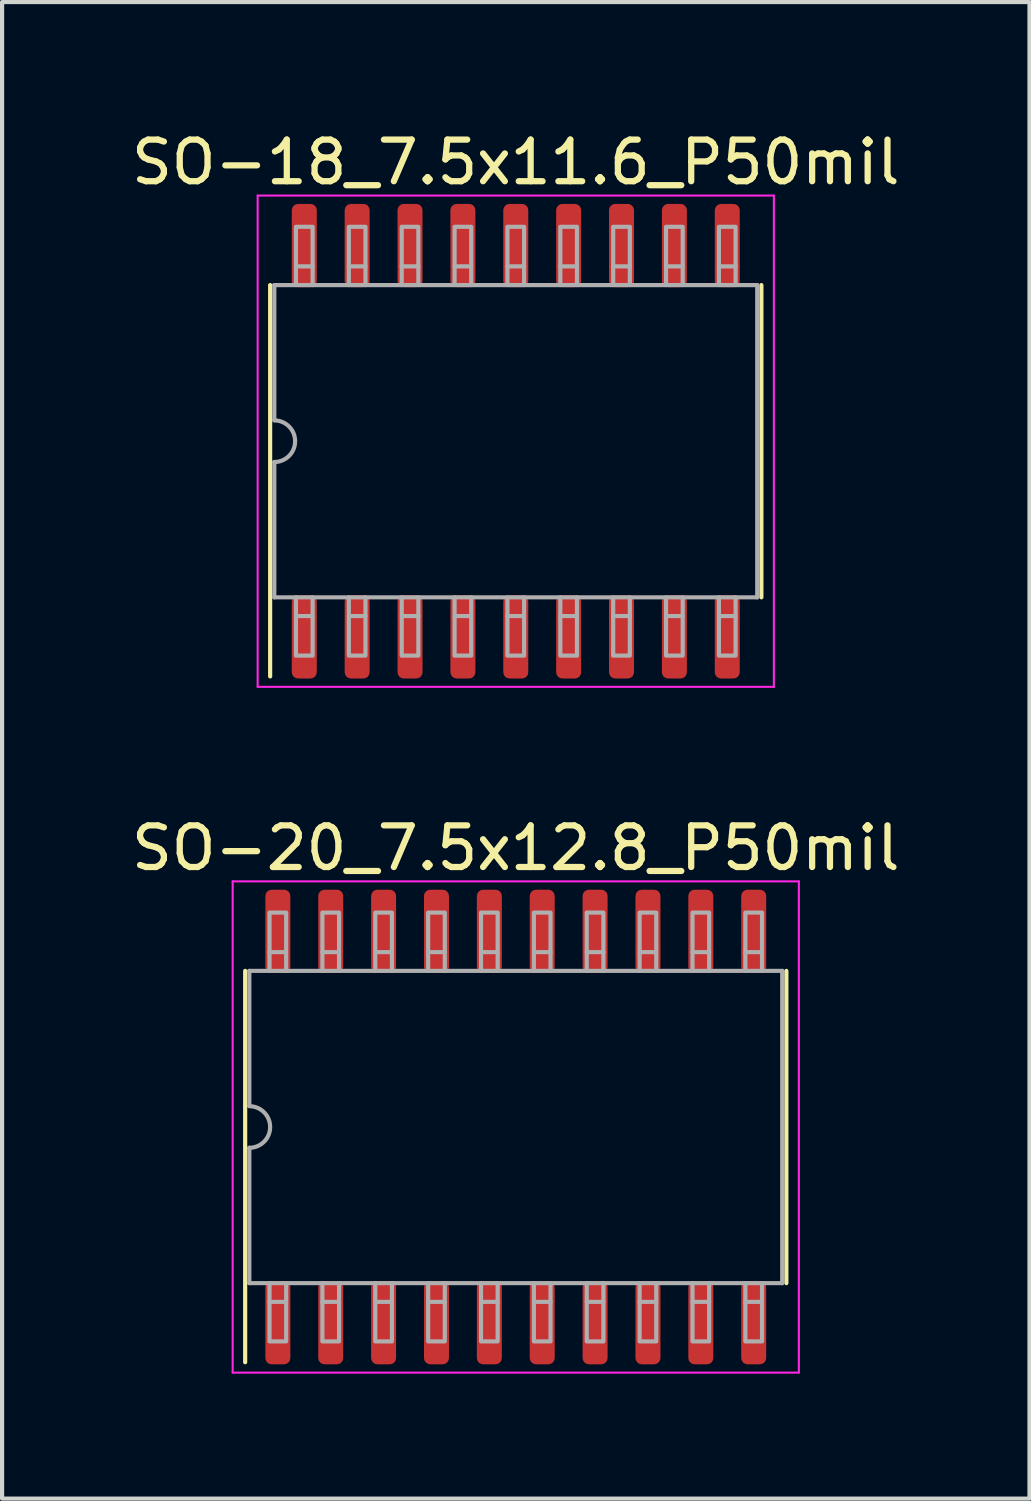
<source format=kicad_pcb>
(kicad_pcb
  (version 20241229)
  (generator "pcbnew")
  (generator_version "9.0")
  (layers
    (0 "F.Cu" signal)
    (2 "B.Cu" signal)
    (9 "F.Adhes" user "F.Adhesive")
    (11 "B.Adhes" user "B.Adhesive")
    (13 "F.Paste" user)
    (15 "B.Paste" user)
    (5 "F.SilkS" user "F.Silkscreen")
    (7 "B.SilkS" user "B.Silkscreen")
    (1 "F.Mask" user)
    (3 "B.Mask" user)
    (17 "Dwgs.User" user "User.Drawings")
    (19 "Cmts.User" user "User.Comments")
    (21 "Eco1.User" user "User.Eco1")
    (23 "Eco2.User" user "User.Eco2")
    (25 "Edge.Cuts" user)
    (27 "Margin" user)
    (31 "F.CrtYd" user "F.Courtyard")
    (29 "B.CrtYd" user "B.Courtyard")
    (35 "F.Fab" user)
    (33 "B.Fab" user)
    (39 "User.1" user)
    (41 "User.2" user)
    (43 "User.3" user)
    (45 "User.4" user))
  (footprint "SO-20_7.5x12.8_P50mil"
    (layer "F.Cu")
    (at 9.339 24.021)
    (property "Reference" "SO-20_7.5x12.8_P50mil" (at 0 -6.7 0) (layer "F.SilkS") (effects (font (size 1 1) (thickness 0.15))))
    (attr smd)
    (fp_line (start -6.5 5.65) (end -6.5 -3.75) (stroke (width 0.1) (type solid)) (layer "F.SilkS"))
    (fp_line (start 6.5 3.75) (end 6.5 -3.75) (stroke (width 0.1) (type solid)) (layer "F.SilkS"))
    (fp_line (start -6.8 -5.9) (end -6.8 5.9) (stroke (width 0.05) (type solid)) (layer "F.CrtYd"))
    (fp_line (start -6.8 5.9) (end 6.8 5.9) (stroke (width 0.05) (type solid)) (layer "F.CrtYd"))
    (fp_line (start 6.8 -5.9) (end -6.8 -5.9) (stroke (width 0.05) (type solid)) (layer "F.CrtYd"))
    (fp_line (start 6.8 5.9) (end 6.8 -5.9) (stroke (width 0.05) (type solid)) (layer "F.CrtYd"))
    (fp_line (start -6.4 -3.75) (end 6.4 -3.75) (stroke (width 0.1) (type solid)) (layer "F.Fab"))
    (fp_line (start -6.4 -0.508) (end -6.4 -3.75) (stroke (width 0.1) (type solid)) (layer "F.Fab"))
    (fp_line (start -6.4 3.75) (end -6.4 0.5) (stroke (width 0.1) (type solid)) (layer "F.Fab"))
    (fp_line (start -6.4 3.75) (end 6.4 3.75) (stroke (width 0.1) (type solid)) (layer "F.Fab"))
    (fp_line (start -5.915 -4.2) (end -5.915 -3.75) (stroke (width 0.1) (type solid)) (layer "F.Fab"))
    (fp_line (start -5.915 4.2) (end -5.915 3.75) (stroke (width 0.1) (type solid)) (layer "F.Fab"))
    (fp_line (start -5.515 -4.2) (end -5.515 -3.75) (stroke (width 0.1) (type solid)) (layer "F.Fab"))
    (fp_line (start -5.515 4.2) (end -5.515 3.75) (stroke (width 0.1) (type solid)) (layer "F.Fab"))
    (fp_line (start -4.645 -4.2) (end -4.645 -3.75) (stroke (width 0.1) (type solid)) (layer "F.Fab"))
    (fp_line (start -4.645 4.2) (end -4.645 3.75) (stroke (width 0.1) (type solid)) (layer "F.Fab"))
    (fp_line (start -4.245 -4.2) (end -4.245 -3.75) (stroke (width 0.1) (type solid)) (layer "F.Fab"))
    (fp_line (start -4.245 4.2) (end -4.245 3.75) (stroke (width 0.1) (type solid)) (layer "F.Fab"))
    (fp_line (start -3.375 -4.2) (end -3.375 -3.75) (stroke (width 0.1) (type solid)) (layer "F.Fab"))
    (fp_line (start -3.375 4.2) (end -3.375 3.75) (stroke (width 0.1) (type solid)) (layer "F.Fab"))
    (fp_line (start -2.975 -4.2) (end -2.975 -3.75) (stroke (width 0.1) (type solid)) (layer "F.Fab"))
    (fp_line (start -2.975 4.2) (end -2.975 3.75) (stroke (width 0.1) (type solid)) (layer "F.Fab"))
    (fp_line (start -2.105 -4.2) (end -2.105 -3.75) (stroke (width 0.1) (type solid)) (layer "F.Fab"))
    (fp_line (start -2.105 4.2) (end -2.105 3.75) (stroke (width 0.1) (type solid)) (layer "F.Fab"))
    (fp_line (start -1.705 -4.2) (end -1.705 -3.75) (stroke (width 0.1) (type solid)) (layer "F.Fab"))
    (fp_line (start -1.705 4.2) (end -1.705 3.75) (stroke (width 0.1) (type solid)) (layer "F.Fab"))
    (fp_line (start -0.835 -4.2) (end -0.835 -3.75) (stroke (width 0.1) (type solid)) (layer "F.Fab"))
    (fp_line (start -0.835 4.2) (end -0.835 3.75) (stroke (width 0.1) (type solid)) (layer "F.Fab"))
    (fp_line (start -0.435 -4.2) (end -0.435 -3.75) (stroke (width 0.1) (type solid)) (layer "F.Fab"))
    (fp_line (start -0.435 4.2) (end -0.435 3.75) (stroke (width 0.1) (type solid)) (layer "F.Fab"))
    (fp_line (start 0.435 -4.2) (end 0.435 -3.75) (stroke (width 0.1) (type solid)) (layer "F.Fab"))
    (fp_line (start 0.435 4.2) (end 0.435 3.75) (stroke (width 0.1) (type solid)) (layer "F.Fab"))
    (fp_line (start 0.835 -4.2) (end 0.835 -3.75) (stroke (width 0.1) (type solid)) (layer "F.Fab"))
    (fp_line (start 0.835 4.2) (end 0.835 3.75) (stroke (width 0.1) (type solid)) (layer "F.Fab"))
    (fp_line (start 1.705 -4.2) (end 1.705 -3.75) (stroke (width 0.1) (type solid)) (layer "F.Fab"))
    (fp_line (start 1.705 4.2) (end 1.705 3.75) (stroke (width 0.1) (type solid)) (layer "F.Fab"))
    (fp_line (start 2.105 -4.2) (end 2.105 -3.75) (stroke (width 0.1) (type solid)) (layer "F.Fab"))
    (fp_line (start 2.105 4.2) (end 2.105 3.75) (stroke (width 0.1) (type solid)) (layer "F.Fab"))
    (fp_line (start 2.975 -4.2) (end 2.975 -3.75) (stroke (width 0.1) (type solid)) (layer "F.Fab"))
    (fp_line (start 2.975 4.2) (end 2.975 3.75) (stroke (width 0.1) (type solid)) (layer "F.Fab"))
    (fp_line (start 3.375 -4.2) (end 3.375 -3.75) (stroke (width 0.1) (type solid)) (layer "F.Fab"))
    (fp_line (start 3.375 4.2) (end 3.375 3.75) (stroke (width 0.1) (type solid)) (layer "F.Fab"))
    (fp_line (start 4.245 -4.2) (end 4.245 -3.75) (stroke (width 0.1) (type solid)) (layer "F.Fab"))
    (fp_line (start 4.245 4.2) (end 4.245 3.75) (stroke (width 0.1) (type solid)) (layer "F.Fab"))
    (fp_line (start 4.645 -4.2) (end 4.645 -3.75) (stroke (width 0.1) (type solid)) (layer "F.Fab"))
    (fp_line (start 4.645 4.2) (end 4.645 3.75) (stroke (width 0.1) (type solid)) (layer "F.Fab"))
    (fp_line (start 5.515 -4.2) (end 5.515 -3.75) (stroke (width 0.1) (type solid)) (layer "F.Fab"))
    (fp_line (start 5.515 4.2) (end 5.515 3.75) (stroke (width 0.1) (type solid)) (layer "F.Fab"))
    (fp_line (start 5.915 -4.2) (end 5.915 -3.75) (stroke (width 0.1) (type solid)) (layer "F.Fab"))
    (fp_line (start 5.915 4.2) (end 5.915 3.75) (stroke (width 0.1) (type solid)) (layer "F.Fab"))
    (fp_line (start 6.4 3.75) (end 6.4 -3.75) (stroke (width 0.1) (type solid)) (layer "F.Fab"))
    (fp_arc (start -6.4 -0.5) (mid -5.9 0) (end -6.4 0.5) (stroke (width 0.1) (type solid)) (layer "F.Fab"))
    (fp_poly (pts (xy -5.915 -4.2) (xy -5.915 -5.15) (xy -5.515 -5.15) (xy -5.515 -4.2)) (stroke (width 0.1) (type solid)) (fill no) (layer "F.Fab"))
    (fp_poly (pts (xy -5.515 4.2) (xy -5.515 5.15) (xy -5.915 5.15) (xy -5.915 4.2)) (stroke (width 0.1) (type solid)) (fill no) (layer "F.Fab"))
    (fp_poly (pts (xy -4.645 -4.2) (xy -4.645 -5.15) (xy -4.245 -5.15) (xy -4.245 -4.2)) (stroke (width 0.1) (type solid)) (fill no) (layer "F.Fab"))
    (fp_poly (pts (xy -4.245 4.2) (xy -4.245 5.15) (xy -4.645 5.15) (xy -4.645 4.2)) (stroke (width 0.1) (type solid)) (fill no) (layer "F.Fab"))
    (fp_poly (pts (xy -3.375 -4.2) (xy -3.375 -5.15) (xy -2.975 -5.15) (xy -2.975 -4.2)) (stroke (width 0.1) (type solid)) (fill no) (layer "F.Fab"))
    (fp_poly (pts (xy -2.975 4.2) (xy -2.975 5.15) (xy -3.375 5.15) (xy -3.375 4.2)) (stroke (width 0.1) (type solid)) (fill no) (layer "F.Fab"))
    (fp_poly (pts (xy -2.105 -4.2) (xy -2.105 -5.15) (xy -1.705 -5.15) (xy -1.705 -4.2)) (stroke (width 0.1) (type solid)) (fill no) (layer "F.Fab"))
    (fp_poly (pts (xy -1.705 4.2) (xy -1.705 5.15) (xy -2.105 5.15) (xy -2.105 4.2)) (stroke (width 0.1) (type solid)) (fill no) (layer "F.Fab"))
    (fp_poly (pts (xy -0.835 -4.2) (xy -0.835 -5.15) (xy -0.435 -5.15) (xy -0.435 -4.2)) (stroke (width 0.1) (type solid)) (fill no) (layer "F.Fab"))
    (fp_poly (pts (xy -0.435 4.2) (xy -0.435 5.15) (xy -0.835 5.15) (xy -0.835 4.2)) (stroke (width 0.1) (type solid)) (fill no) (layer "F.Fab"))
    (fp_poly (pts (xy 0.435 -4.2) (xy 0.435 -5.15) (xy 0.835 -5.15) (xy 0.835 -4.2)) (stroke (width 0.1) (type solid)) (fill no) (layer "F.Fab"))
    (fp_poly (pts (xy 0.835 4.2) (xy 0.835 5.15) (xy 0.435 5.15) (xy 0.435 4.2)) (stroke (width 0.1) (type solid)) (fill no) (layer "F.Fab"))
    (fp_poly (pts (xy 1.705 -4.2) (xy 1.705 -5.15) (xy 2.105 -5.15) (xy 2.105 -4.2)) (stroke (width 0.1) (type solid)) (fill no) (layer "F.Fab"))
    (fp_poly (pts (xy 2.105 4.2) (xy 2.105 5.15) (xy 1.705 5.15) (xy 1.705 4.2)) (stroke (width 0.1) (type solid)) (fill no) (layer "F.Fab"))
    (fp_poly (pts (xy 2.975 -4.2) (xy 2.975 -5.15) (xy 3.375 -5.15) (xy 3.375 -4.2)) (stroke (width 0.1) (type solid)) (fill no) (layer "F.Fab"))
    (fp_poly (pts (xy 3.375 4.2) (xy 3.375 5.15) (xy 2.975 5.15) (xy 2.975 4.2)) (stroke (width 0.1) (type solid)) (fill no) (layer "F.Fab"))
    (fp_poly (pts (xy 4.245 -4.2) (xy 4.245 -5.15) (xy 4.645 -5.15) (xy 4.645 -4.2)) (stroke (width 0.1) (type solid)) (fill no) (layer "F.Fab"))
    (fp_poly (pts (xy 4.645 4.2) (xy 4.645 5.15) (xy 4.245 5.15) (xy 4.245 4.2)) (stroke (width 0.1) (type solid)) (fill no) (layer "F.Fab"))
    (fp_poly (pts (xy 5.515 -4.2) (xy 5.515 -5.15) (xy 5.915 -5.15) (xy 5.915 -4.2)) (stroke (width 0.1) (type solid)) (fill no) (layer "F.Fab"))
    (fp_poly (pts (xy 5.915 4.2) (xy 5.915 5.15) (xy 5.515 5.15) (xy 5.515 4.2)) (stroke (width 0.1) (type solid)) (fill no) (layer "F.Fab"))
    (pad "1" smd roundrect (at -5.715 4.7 90) (size 2 0.6) (layers "F.Cu" "F.Mask" "F.Paste") (roundrect_rratio 0.25))
    (pad "2" smd roundrect (at -4.445 4.7 90) (size 2 0.6) (layers "F.Cu" "F.Mask" "F.Paste") (roundrect_rratio 0.25))
    (pad "3" smd roundrect (at -3.175 4.7 90) (size 2 0.6) (layers "F.Cu" "F.Mask" "F.Paste") (roundrect_rratio 0.25))
    (pad "4" smd roundrect (at -1.905 4.7 90) (size 2 0.6) (layers "F.Cu" "F.Mask" "F.Paste") (roundrect_rratio 0.25))
    (pad "5" smd roundrect (at -0.635 4.7 90) (size 2 0.6) (layers "F.Cu" "F.Mask" "F.Paste") (roundrect_rratio 0.25))
    (pad "6" smd roundrect (at 0.635 4.7 90) (size 2 0.6) (layers "F.Cu" "F.Mask" "F.Paste") (roundrect_rratio 0.25))
    (pad "7" smd roundrect (at 1.905 4.7 90) (size 2 0.6) (layers "F.Cu" "F.Mask" "F.Paste") (roundrect_rratio 0.25))
    (pad "8" smd roundrect (at 3.175 4.7 90) (size 2 0.6) (layers "F.Cu" "F.Mask" "F.Paste") (roundrect_rratio 0.25))
    (pad "9" smd roundrect (at 4.445 4.7 90) (size 2 0.6) (layers "F.Cu" "F.Mask" "F.Paste") (roundrect_rratio 0.25))
    (pad "10" smd roundrect (at 5.715 4.7 90) (size 2 0.6) (layers "F.Cu" "F.Mask" "F.Paste") (roundrect_rratio 0.25))
    (pad "11" smd roundrect (at 5.715 -4.7 90) (size 2 0.6) (layers "F.Cu" "F.Mask" "F.Paste") (roundrect_rratio 0.25))
    (pad "12" smd roundrect (at 4.445 -4.7 90) (size 2 0.6) (layers "F.Cu" "F.Mask" "F.Paste") (roundrect_rratio 0.25))
    (pad "13" smd roundrect (at 3.175 -4.7 90) (size 2 0.6) (layers "F.Cu" "F.Mask" "F.Paste") (roundrect_rratio 0.25))
    (pad "14" smd roundrect (at 1.905 -4.7 90) (size 2 0.6) (layers "F.Cu" "F.Mask" "F.Paste") (roundrect_rratio 0.25))
    (pad "15" smd roundrect (at 0.635 -4.7 90) (size 2 0.6) (layers "F.Cu" "F.Mask" "F.Paste") (roundrect_rratio 0.25))
    (pad "16" smd roundrect (at -0.635 -4.7 90) (size 2 0.6) (layers "F.Cu" "F.Mask" "F.Paste") (roundrect_rratio 0.25))
    (pad "17" smd roundrect (at -1.905 -4.7 90) (size 2 0.6) (layers "F.Cu" "F.Mask" "F.Paste") (roundrect_rratio 0.25))
    (pad "18" smd roundrect (at -3.175 -4.7 90) (size 2 0.6) (layers "F.Cu" "F.Mask" "F.Paste") (roundrect_rratio 0.25))
    (pad "19" smd roundrect (at -4.445 -4.7 90) (size 2 0.6) (layers "F.Cu" "F.Mask" "F.Paste") (roundrect_rratio 0.25))
    (pad "20" smd roundrect (at -5.715 -4.7 90) (size 2 0.6) (layers "F.Cu" "F.Mask" "F.Paste") (roundrect_rratio 0.25)))
  (footprint "SO-18_7.5x11.6_P50mil"
    (layer "F.Cu")
    (at 9.339 7.548)
    (property "Reference" "SO-18_7.5x11.6_P50mil" (at 0 -6.7 0) (layer "F.SilkS") (effects (font (size 1 1) (thickness 0.15))))
    (attr smd)
    (fp_line (start -5.9 5.65) (end -5.9 -3.75) (stroke (width 0.1) (type solid)) (layer "F.SilkS"))
    (fp_line (start 5.9 3.75) (end 5.9 -3.75) (stroke (width 0.1) (type solid)) (layer "F.SilkS"))
    (fp_line (start -6.2 -5.9) (end -6.2 5.9) (stroke (width 0.05) (type solid)) (layer "F.CrtYd"))
    (fp_line (start -6.2 5.9) (end 6.2 5.9) (stroke (width 0.05) (type solid)) (layer "F.CrtYd"))
    (fp_line (start 6.2 -5.9) (end -6.2 -5.9) (stroke (width 0.05) (type solid)) (layer "F.CrtYd"))
    (fp_line (start 6.2 5.9) (end 6.2 -5.9) (stroke (width 0.05) (type solid)) (layer "F.CrtYd"))
    (fp_line (start -5.8 -3.75) (end 5.8 -3.75) (stroke (width 0.1) (type solid)) (layer "F.Fab"))
    (fp_line (start -5.8 -0.508) (end -5.8 -3.75) (stroke (width 0.1) (type solid)) (layer "F.Fab"))
    (fp_line (start -5.8 3.75) (end -5.8 0.5) (stroke (width 0.1) (type solid)) (layer "F.Fab"))
    (fp_line (start -5.8 3.75) (end 5.8 3.75) (stroke (width 0.1) (type solid)) (layer "F.Fab"))
    (fp_line (start -5.28 -4.2) (end -5.28 -3.75) (stroke (width 0.1) (type solid)) (layer "F.Fab"))
    (fp_line (start -5.28 4.2) (end -5.28 3.75) (stroke (width 0.1) (type solid)) (layer "F.Fab"))
    (fp_line (start -4.88 -4.2) (end -4.88 -3.75) (stroke (width 0.1) (type solid)) (layer "F.Fab"))
    (fp_line (start -4.88 4.2) (end -4.88 3.75) (stroke (width 0.1) (type solid)) (layer "F.Fab"))
    (fp_line (start -4.01 -4.2) (end -4.01 -3.75) (stroke (width 0.1) (type solid)) (layer "F.Fab"))
    (fp_line (start -4.01 4.2) (end -4.01 3.75) (stroke (width 0.1) (type solid)) (layer "F.Fab"))
    (fp_line (start -3.61 -4.2) (end -3.61 -3.75) (stroke (width 0.1) (type solid)) (layer "F.Fab"))
    (fp_line (start -3.61 4.2) (end -3.61 3.75) (stroke (width 0.1) (type solid)) (layer "F.Fab"))
    (fp_line (start -2.74 -4.2) (end -2.74 -3.75) (stroke (width 0.1) (type solid)) (layer "F.Fab"))
    (fp_line (start -2.74 4.2) (end -2.74 3.75) (stroke (width 0.1) (type solid)) (layer "F.Fab"))
    (fp_line (start -2.34 -4.2) (end -2.34 -3.75) (stroke (width 0.1) (type solid)) (layer "F.Fab"))
    (fp_line (start -2.34 4.2) (end -2.34 3.75) (stroke (width 0.1) (type solid)) (layer "F.Fab"))
    (fp_line (start -1.47 -4.2) (end -1.47 -3.75) (stroke (width 0.1) (type solid)) (layer "F.Fab"))
    (fp_line (start -1.47 4.2) (end -1.47 3.75) (stroke (width 0.1) (type solid)) (layer "F.Fab"))
    (fp_line (start -1.07 -4.2) (end -1.07 -3.75) (stroke (width 0.1) (type solid)) (layer "F.Fab"))
    (fp_line (start -1.07 4.2) (end -1.07 3.75) (stroke (width 0.1) (type solid)) (layer "F.Fab"))
    (fp_line (start -0.2 -4.2) (end -0.2 -3.75) (stroke (width 0.1) (type solid)) (layer "F.Fab"))
    (fp_line (start -0.2 4.2) (end -0.2 3.75) (stroke (width 0.1) (type solid)) (layer "F.Fab"))
    (fp_line (start 0.2 -4.2) (end 0.2 -3.75) (stroke (width 0.1) (type solid)) (layer "F.Fab"))
    (fp_line (start 0.2 4.2) (end 0.2 3.75) (stroke (width 0.1) (type solid)) (layer "F.Fab"))
    (fp_line (start 1.07 -4.2) (end 1.07 -3.75) (stroke (width 0.1) (type solid)) (layer "F.Fab"))
    (fp_line (start 1.07 4.2) (end 1.07 3.75) (stroke (width 0.1) (type solid)) (layer "F.Fab"))
    (fp_line (start 1.47 -4.2) (end 1.47 -3.75) (stroke (width 0.1) (type solid)) (layer "F.Fab"))
    (fp_line (start 1.47 4.2) (end 1.47 3.75) (stroke (width 0.1) (type solid)) (layer "F.Fab"))
    (fp_line (start 2.34 -4.2) (end 2.34 -3.75) (stroke (width 0.1) (type solid)) (layer "F.Fab"))
    (fp_line (start 2.34 4.2) (end 2.34 3.75) (stroke (width 0.1) (type solid)) (layer "F.Fab"))
    (fp_line (start 2.74 -4.2) (end 2.74 -3.75) (stroke (width 0.1) (type solid)) (layer "F.Fab"))
    (fp_line (start 2.74 4.2) (end 2.74 3.75) (stroke (width 0.1) (type solid)) (layer "F.Fab"))
    (fp_line (start 3.61 -4.2) (end 3.61 -3.75) (stroke (width 0.1) (type solid)) (layer "F.Fab"))
    (fp_line (start 3.61 4.2) (end 3.61 3.75) (stroke (width 0.1) (type solid)) (layer "F.Fab"))
    (fp_line (start 4.01 -4.2) (end 4.01 -3.75) (stroke (width 0.1) (type solid)) (layer "F.Fab"))
    (fp_line (start 4.01 4.2) (end 4.01 3.75) (stroke (width 0.1) (type solid)) (layer "F.Fab"))
    (fp_line (start 4.88 -4.2) (end 4.88 -3.75) (stroke (width 0.1) (type solid)) (layer "F.Fab"))
    (fp_line (start 4.88 4.2) (end 4.88 3.75) (stroke (width 0.1) (type solid)) (layer "F.Fab"))
    (fp_line (start 5.28 -4.2) (end 5.28 -3.75) (stroke (width 0.1) (type solid)) (layer "F.Fab"))
    (fp_line (start 5.28 4.2) (end 5.28 3.75) (stroke (width 0.1) (type solid)) (layer "F.Fab"))
    (fp_line (start 5.8 3.75) (end 5.8 -3.75) (stroke (width 0.1) (type solid)) (layer "F.Fab"))
    (fp_arc (start -5.8 -0.5) (mid -5.3 0) (end -5.8 0.5) (stroke (width 0.1) (type solid)) (layer "F.Fab"))
    (fp_poly (pts (xy -5.28 -4.2) (xy -5.28 -5.15) (xy -4.88 -5.15) (xy -4.88 -4.2)) (stroke (width 0.1) (type solid)) (fill no) (layer "F.Fab"))
    (fp_poly (pts (xy -4.88 4.2) (xy -4.88 5.15) (xy -5.28 5.15) (xy -5.28 4.2)) (stroke (width 0.1) (type solid)) (fill no) (layer "F.Fab"))
    (fp_poly (pts (xy -4.01 -4.2) (xy -4.01 -5.15) (xy -3.61 -5.15) (xy -3.61 -4.2)) (stroke (width 0.1) (type solid)) (fill no) (layer "F.Fab"))
    (fp_poly (pts (xy -3.61 4.2) (xy -3.61 5.15) (xy -4.01 5.15) (xy -4.01 4.2)) (stroke (width 0.1) (type solid)) (fill no) (layer "F.Fab"))
    (fp_poly (pts (xy -2.74 -4.2) (xy -2.74 -5.15) (xy -2.34 -5.15) (xy -2.34 -4.2)) (stroke (width 0.1) (type solid)) (fill no) (layer "F.Fab"))
    (fp_poly (pts (xy -2.34 4.2) (xy -2.34 5.15) (xy -2.74 5.15) (xy -2.74 4.2)) (stroke (width 0.1) (type solid)) (fill no) (layer "F.Fab"))
    (fp_poly (pts (xy -1.47 -4.2) (xy -1.47 -5.15) (xy -1.07 -5.15) (xy -1.07 -4.2)) (stroke (width 0.1) (type solid)) (fill no) (layer "F.Fab"))
    (fp_poly (pts (xy -1.07 4.2) (xy -1.07 5.15) (xy -1.47 5.15) (xy -1.47 4.2)) (stroke (width 0.1) (type solid)) (fill no) (layer "F.Fab"))
    (fp_poly (pts (xy -0.2 -4.2) (xy -0.2 -5.15) (xy 0.2 -5.15) (xy 0.2 -4.2)) (stroke (width 0.1) (type solid)) (fill no) (layer "F.Fab"))
    (fp_poly (pts (xy 0.2 4.2) (xy 0.2 5.15) (xy -0.2 5.15) (xy -0.2 4.2)) (stroke (width 0.1) (type solid)) (fill no) (layer "F.Fab"))
    (fp_poly (pts (xy 1.07 -4.2) (xy 1.07 -5.15) (xy 1.47 -5.15) (xy 1.47 -4.2)) (stroke (width 0.1) (type solid)) (fill no) (layer "F.Fab"))
    (fp_poly (pts (xy 1.47 4.2) (xy 1.47 5.15) (xy 1.07 5.15) (xy 1.07 4.2)) (stroke (width 0.1) (type solid)) (fill no) (layer "F.Fab"))
    (fp_poly (pts (xy 2.34 -4.2) (xy 2.34 -5.15) (xy 2.74 -5.15) (xy 2.74 -4.2)) (stroke (width 0.1) (type solid)) (fill no) (layer "F.Fab"))
    (fp_poly (pts (xy 2.74 4.2) (xy 2.74 5.15) (xy 2.34 5.15) (xy 2.34 4.2)) (stroke (width 0.1) (type solid)) (fill no) (layer "F.Fab"))
    (fp_poly (pts (xy 3.61 -4.2) (xy 3.61 -5.15) (xy 4.01 -5.15) (xy 4.01 -4.2)) (stroke (width 0.1) (type solid)) (fill no) (layer "F.Fab"))
    (fp_poly (pts (xy 4.01 4.2) (xy 4.01 5.15) (xy 3.61 5.15) (xy 3.61 4.2)) (stroke (width 0.1) (type solid)) (fill no) (layer "F.Fab"))
    (fp_poly (pts (xy 4.88 -4.2) (xy 4.88 -5.15) (xy 5.28 -5.15) (xy 5.28 -4.2)) (stroke (width 0.1) (type solid)) (fill no) (layer "F.Fab"))
    (fp_poly (pts (xy 5.28 4.2) (xy 5.28 5.15) (xy 4.88 5.15) (xy 4.88 4.2)) (stroke (width 0.1) (type solid)) (fill no) (layer "F.Fab"))
    (pad "1" smd roundrect (at -5.08 4.7 90) (size 2 0.6) (layers "F.Cu" "F.Mask" "F.Paste") (roundrect_rratio 0.25))
    (pad "2" smd roundrect (at -3.81 4.7 90) (size 2 0.6) (layers "F.Cu" "F.Mask" "F.Paste") (roundrect_rratio 0.25))
    (pad "3" smd roundrect (at -2.54 4.7 90) (size 2 0.6) (layers "F.Cu" "F.Mask" "F.Paste") (roundrect_rratio 0.25))
    (pad "4" smd roundrect (at -1.27 4.7 90) (size 2 0.6) (layers "F.Cu" "F.Mask" "F.Paste") (roundrect_rratio 0.25))
    (pad "5" smd roundrect (at 0 4.7 90) (size 2 0.6) (layers "F.Cu" "F.Mask" "F.Paste") (roundrect_rratio 0.25))
    (pad "6" smd roundrect (at 1.27 4.7 90) (size 2 0.6) (layers "F.Cu" "F.Mask" "F.Paste") (roundrect_rratio 0.25))
    (pad "7" smd roundrect (at 2.54 4.7 90) (size 2 0.6) (layers "F.Cu" "F.Mask" "F.Paste") (roundrect_rratio 0.25))
    (pad "8" smd roundrect (at 3.81 4.7 90) (size 2 0.6) (layers "F.Cu" "F.Mask" "F.Paste") (roundrect_rratio 0.25))
    (pad "9" smd roundrect (at 5.08 4.7 90) (size 2 0.6) (layers "F.Cu" "F.Mask" "F.Paste") (roundrect_rratio 0.25))
    (pad "10" smd roundrect (at 5.08 -4.699 90) (size 2 0.6) (layers "F.Cu" "F.Mask" "F.Paste") (roundrect_rratio 0.25))
    (pad "11" smd roundrect (at 3.81 -4.7 90) (size 2 0.6) (layers "F.Cu" "F.Mask" "F.Paste") (roundrect_rratio 0.25))
    (pad "12" smd roundrect (at 2.54 -4.7 90) (size 2 0.6) (layers "F.Cu" "F.Mask" "F.Paste") (roundrect_rratio 0.25))
    (pad "13" smd roundrect (at 1.27 -4.7 90) (size 2 0.6) (layers "F.Cu" "F.Mask" "F.Paste") (roundrect_rratio 0.25))
    (pad "14" smd roundrect (at 0 -4.7 90) (size 2 0.6) (layers "F.Cu" "F.Mask" "F.Paste") (roundrect_rratio 0.25))
    (pad "15" smd roundrect (at -1.27 -4.7 90) (size 2 0.6) (layers "F.Cu" "F.Mask" "F.Paste") (roundrect_rratio 0.25))
    (pad "16" smd roundrect (at -2.54 -4.7 90) (size 2 0.6) (layers "F.Cu" "F.Mask" "F.Paste") (roundrect_rratio 0.25))
    (pad "17" smd roundrect (at -3.81 -4.7 90) (size 2 0.6) (layers "F.Cu" "F.Mask" "F.Paste") (roundrect_rratio 0.25))
    (pad "18" smd roundrect (at -5.08 -4.7 90) (size 2 0.6) (layers "F.Cu" "F.Mask" "F.Paste") (roundrect_rratio 0.25)))
  (gr_rect
    (start -3 -3)
    (end 21.679 32.947)
    (stroke (width 0.1) (type default))
    (fill no)
    (layer "Edge.Cuts")))
</source>
